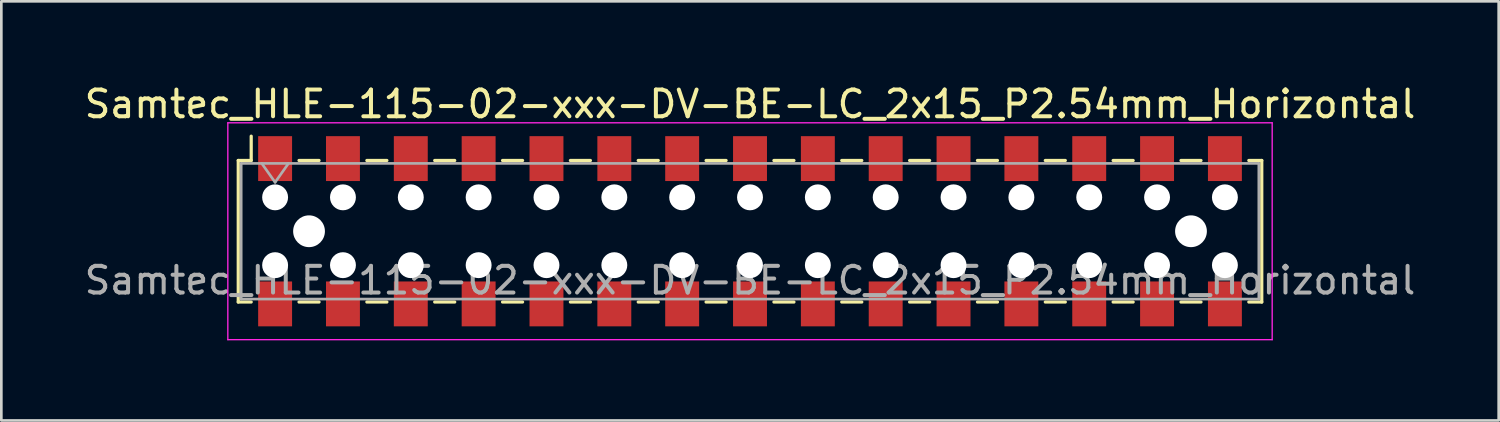
<source format=kicad_pcb>
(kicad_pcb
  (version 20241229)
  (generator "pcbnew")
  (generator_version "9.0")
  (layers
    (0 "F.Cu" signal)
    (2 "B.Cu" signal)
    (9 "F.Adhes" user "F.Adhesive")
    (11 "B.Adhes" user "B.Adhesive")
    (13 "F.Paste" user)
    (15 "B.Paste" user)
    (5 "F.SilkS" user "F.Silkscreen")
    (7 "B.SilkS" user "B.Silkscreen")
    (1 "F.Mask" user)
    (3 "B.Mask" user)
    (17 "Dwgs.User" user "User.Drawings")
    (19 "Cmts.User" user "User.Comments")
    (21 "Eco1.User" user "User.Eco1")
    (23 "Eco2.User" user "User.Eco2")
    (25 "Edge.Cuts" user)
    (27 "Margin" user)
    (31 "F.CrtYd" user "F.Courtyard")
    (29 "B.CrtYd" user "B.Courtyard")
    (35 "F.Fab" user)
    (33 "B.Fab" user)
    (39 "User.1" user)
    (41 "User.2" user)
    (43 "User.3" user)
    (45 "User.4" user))
  (footprint "Samtec_HLE-115-02-xxx-DV-BE-LC_2x15_P2.54mm_Horizontal"
    (layer "F.Cu")
    (at 25.03 5.608)
    (property "Reference" "Samtec_HLE-115-02-xxx-DV-BE-LC_2x15_P2.54mm_Horizontal" (at 0 -4.76 0) (layer "F.SilkS") (effects (font (size 1 1) (thickness 0.15))))
    (attr smd)
    (fp_line (start -19.16 -2.65) (end -19.16 2.65) (stroke (width 0.12) (type solid)) (layer "F.SilkS"))
    (fp_line (start -19.16 2.65) (end -18.675 2.65) (stroke (width 0.12) (type solid)) (layer "F.SilkS"))
    (fp_line (start -18.675 -3.56) (end -18.675 -2.65) (stroke (width 0.12) (type solid)) (layer "F.SilkS"))
    (fp_line (start -18.675 -2.65) (end -19.16 -2.65) (stroke (width 0.12) (type solid)) (layer "F.SilkS"))
    (fp_line (start -16.885 -2.65) (end -16.135 -2.65) (stroke (width 0.12) (type solid)) (layer "F.SilkS"))
    (fp_line (start -16.885 2.65) (end -16.135 2.65) (stroke (width 0.12) (type solid)) (layer "F.SilkS"))
    (fp_line (start -14.345 -2.65) (end -13.595 -2.65) (stroke (width 0.12) (type solid)) (layer "F.SilkS"))
    (fp_line (start -14.345 2.65) (end -13.595 2.65) (stroke (width 0.12) (type solid)) (layer "F.SilkS"))
    (fp_line (start -11.805 -2.65) (end -11.055 -2.65) (stroke (width 0.12) (type solid)) (layer "F.SilkS"))
    (fp_line (start -11.805 2.65) (end -11.055 2.65) (stroke (width 0.12) (type solid)) (layer "F.SilkS"))
    (fp_line (start -9.265 -2.65) (end -8.515 -2.65) (stroke (width 0.12) (type solid)) (layer "F.SilkS"))
    (fp_line (start -9.265 2.65) (end -8.515 2.65) (stroke (width 0.12) (type solid)) (layer "F.SilkS"))
    (fp_line (start -6.725 -2.65) (end -5.975 -2.65) (stroke (width 0.12) (type solid)) (layer "F.SilkS"))
    (fp_line (start -6.725 2.65) (end -5.975 2.65) (stroke (width 0.12) (type solid)) (layer "F.SilkS"))
    (fp_line (start -4.185 -2.65) (end -3.435 -2.65) (stroke (width 0.12) (type solid)) (layer "F.SilkS"))
    (fp_line (start -4.185 2.65) (end -3.435 2.65) (stroke (width 0.12) (type solid)) (layer "F.SilkS"))
    (fp_line (start -1.645 -2.65) (end -0.895 -2.65) (stroke (width 0.12) (type solid)) (layer "F.SilkS"))
    (fp_line (start -1.645 2.65) (end -0.895 2.65) (stroke (width 0.12) (type solid)) (layer "F.SilkS"))
    (fp_line (start 0.895 -2.65) (end 1.645 -2.65) (stroke (width 0.12) (type solid)) (layer "F.SilkS"))
    (fp_line (start 0.895 2.65) (end 1.645 2.65) (stroke (width 0.12) (type solid)) (layer "F.SilkS"))
    (fp_line (start 3.435 -2.65) (end 4.185 -2.65) (stroke (width 0.12) (type solid)) (layer "F.SilkS"))
    (fp_line (start 3.435 2.65) (end 4.185 2.65) (stroke (width 0.12) (type solid)) (layer "F.SilkS"))
    (fp_line (start 5.975 -2.65) (end 6.725 -2.65) (stroke (width 0.12) (type solid)) (layer "F.SilkS"))
    (fp_line (start 5.975 2.65) (end 6.725 2.65) (stroke (width 0.12) (type solid)) (layer "F.SilkS"))
    (fp_line (start 8.515 -2.65) (end 9.265 -2.65) (stroke (width 0.12) (type solid)) (layer "F.SilkS"))
    (fp_line (start 8.515 2.65) (end 9.265 2.65) (stroke (width 0.12) (type solid)) (layer "F.SilkS"))
    (fp_line (start 11.055 -2.65) (end 11.805 -2.65) (stroke (width 0.12) (type solid)) (layer "F.SilkS"))
    (fp_line (start 11.055 2.65) (end 11.805 2.65) (stroke (width 0.12) (type solid)) (layer "F.SilkS"))
    (fp_line (start 13.595 -2.65) (end 14.345 -2.65) (stroke (width 0.12) (type solid)) (layer "F.SilkS"))
    (fp_line (start 13.595 2.65) (end 14.345 2.65) (stroke (width 0.12) (type solid)) (layer "F.SilkS"))
    (fp_line (start 16.135 -2.65) (end 16.885 -2.65) (stroke (width 0.12) (type solid)) (layer "F.SilkS"))
    (fp_line (start 16.135 2.65) (end 16.885 2.65) (stroke (width 0.12) (type solid)) (layer "F.SilkS"))
    (fp_line (start 18.675 -2.65) (end 19.16 -2.65) (stroke (width 0.12) (type solid)) (layer "F.SilkS"))
    (fp_line (start 19.16 -2.65) (end 19.16 2.65) (stroke (width 0.12) (type solid)) (layer "F.SilkS"))
    (fp_line (start 19.16 2.65) (end 18.675 2.65) (stroke (width 0.12) (type solid)) (layer "F.SilkS"))
    (fp_line (start -19.55 -4.06) (end 19.55 -4.06) (stroke (width 0.05) (type solid)) (layer "F.CrtYd"))
    (fp_line (start -19.55 4.06) (end -19.55 -4.06) (stroke (width 0.05) (type solid)) (layer "F.CrtYd"))
    (fp_line (start 19.55 -4.06) (end 19.55 4.06) (stroke (width 0.05) (type solid)) (layer "F.CrtYd"))
    (fp_line (start 19.55 4.06) (end -19.55 4.06) (stroke (width 0.05) (type solid)) (layer "F.CrtYd"))
    (fp_line (start -19.05 -2.54) (end 19.05 -2.54) (stroke (width 0.1) (type solid)) (layer "F.Fab"))
    (fp_line (start -19.05 2.54) (end -19.05 -2.54) (stroke (width 0.1) (type solid)) (layer "F.Fab"))
    (fp_line (start -18.28 -2.54) (end -17.78 -1.833) (stroke (width 0.1) (type solid)) (layer "F.Fab"))
    (fp_line (start -17.78 -1.833) (end -17.28 -2.54) (stroke (width 0.1) (type solid)) (layer "F.Fab"))
    (fp_line (start 19.05 -2.54) (end 19.05 2.54) (stroke (width 0.1) (type solid)) (layer "F.Fab"))
    (fp_line (start 19.05 2.54) (end -19.05 2.54) (stroke (width 0.1) (type solid)) (layer "F.Fab"))
    (fp_text user "${REFERENCE}" (at 0 1.84 0) (layer "F.Fab") (effects (font (size 1 1) (thickness 0.15))))
    (pad "" np_thru_hole circle (at -17.78 -1.27) (size 0.97 0.97) (drill 0.97) (layers "*.Cu" "*.Mask"))
    (pad "" np_thru_hole circle (at -17.78 1.27) (size 0.97 0.97) (drill 0.97) (layers "*.Cu" "*.Mask"))
    (pad "" np_thru_hole circle (at -16.51 0) (size 1.19 1.19) (drill 1.19) (layers "*.Cu" "*.Mask"))
    (pad "" np_thru_hole circle (at -15.24 -1.27) (size 0.97 0.97) (drill 0.97) (layers "*.Cu" "*.Mask"))
    (pad "" np_thru_hole circle (at -15.24 1.27) (size 0.97 0.97) (drill 0.97) (layers "*.Cu" "*.Mask"))
    (pad "" np_thru_hole circle (at -12.7 -1.27) (size 0.97 0.97) (drill 0.97) (layers "*.Cu" "*.Mask"))
    (pad "" np_thru_hole circle (at -12.7 1.27) (size 0.97 0.97) (drill 0.97) (layers "*.Cu" "*.Mask"))
    (pad "" np_thru_hole circle (at -10.16 -1.27) (size 0.97 0.97) (drill 0.97) (layers "*.Cu" "*.Mask"))
    (pad "" np_thru_hole circle (at -10.16 1.27) (size 0.97 0.97) (drill 0.97) (layers "*.Cu" "*.Mask"))
    (pad "" np_thru_hole circle (at -7.62 -1.27) (size 0.97 0.97) (drill 0.97) (layers "*.Cu" "*.Mask"))
    (pad "" np_thru_hole circle (at -7.62 1.27) (size 0.97 0.97) (drill 0.97) (layers "*.Cu" "*.Mask"))
    (pad "" np_thru_hole circle (at -5.08 -1.27) (size 0.97 0.97) (drill 0.97) (layers "*.Cu" "*.Mask"))
    (pad "" np_thru_hole circle (at -5.08 1.27) (size 0.97 0.97) (drill 0.97) (layers "*.Cu" "*.Mask"))
    (pad "" np_thru_hole circle (at -2.54 -1.27) (size 0.97 0.97) (drill 0.97) (layers "*.Cu" "*.Mask"))
    (pad "" np_thru_hole circle (at -2.54 1.27) (size 0.97 0.97) (drill 0.97) (layers "*.Cu" "*.Mask"))
    (pad "" np_thru_hole circle (at 0 -1.27) (size 0.97 0.97) (drill 0.97) (layers "*.Cu" "*.Mask"))
    (pad "" np_thru_hole circle (at 0 1.27) (size 0.97 0.97) (drill 0.97) (layers "*.Cu" "*.Mask"))
    (pad "" np_thru_hole circle (at 2.54 -1.27) (size 0.97 0.97) (drill 0.97) (layers "*.Cu" "*.Mask"))
    (pad "" np_thru_hole circle (at 2.54 1.27) (size 0.97 0.97) (drill 0.97) (layers "*.Cu" "*.Mask"))
    (pad "" np_thru_hole circle (at 5.08 -1.27) (size 0.97 0.97) (drill 0.97) (layers "*.Cu" "*.Mask"))
    (pad "" np_thru_hole circle (at 5.08 1.27) (size 0.97 0.97) (drill 0.97) (layers "*.Cu" "*.Mask"))
    (pad "" np_thru_hole circle (at 7.62 -1.27) (size 0.97 0.97) (drill 0.97) (layers "*.Cu" "*.Mask"))
    (pad "" np_thru_hole circle (at 7.62 1.27) (size 0.97 0.97) (drill 0.97) (layers "*.Cu" "*.Mask"))
    (pad "" np_thru_hole circle (at 10.16 -1.27) (size 0.97 0.97) (drill 0.97) (layers "*.Cu" "*.Mask"))
    (pad "" np_thru_hole circle (at 10.16 1.27) (size 0.97 0.97) (drill 0.97) (layers "*.Cu" "*.Mask"))
    (pad "" np_thru_hole circle (at 12.7 -1.27) (size 0.97 0.97) (drill 0.97) (layers "*.Cu" "*.Mask"))
    (pad "" np_thru_hole circle (at 12.7 1.27) (size 0.97 0.97) (drill 0.97) (layers "*.Cu" "*.Mask"))
    (pad "" np_thru_hole circle (at 15.24 -1.27) (size 0.97 0.97) (drill 0.97) (layers "*.Cu" "*.Mask"))
    (pad "" np_thru_hole circle (at 15.24 1.27) (size 0.97 0.97) (drill 0.97) (layers "*.Cu" "*.Mask"))
    (pad "" np_thru_hole circle (at 16.51 0) (size 1.19 1.19) (drill 1.19) (layers "*.Cu" "*.Mask"))
    (pad "" np_thru_hole circle (at 17.78 -1.27) (size 0.97 0.97) (drill 0.97) (layers "*.Cu" "*.Mask"))
    (pad "" np_thru_hole circle (at 17.78 1.27) (size 0.97 0.97) (drill 0.97) (layers "*.Cu" "*.Mask"))
    (pad "1" smd rect (at -17.78 -2.72) (size 1.27 1.68) (layers "F.Cu" "F.Mask" "F.Paste"))
    (pad "2" smd rect (at -17.78 2.72) (size 1.27 1.68) (layers "F.Cu" "F.Mask" "F.Paste"))
    (pad "3" smd rect (at -15.24 -2.72) (size 1.27 1.68) (layers "F.Cu" "F.Mask" "F.Paste"))
    (pad "4" smd rect (at -15.24 2.72) (size 1.27 1.68) (layers "F.Cu" "F.Mask" "F.Paste"))
    (pad "5" smd rect (at -12.7 -2.72) (size 1.27 1.68) (layers "F.Cu" "F.Mask" "F.Paste"))
    (pad "6" smd rect (at -12.7 2.72) (size 1.27 1.68) (layers "F.Cu" "F.Mask" "F.Paste"))
    (pad "7" smd rect (at -10.16 -2.72) (size 1.27 1.68) (layers "F.Cu" "F.Mask" "F.Paste"))
    (pad "8" smd rect (at -10.16 2.72) (size 1.27 1.68) (layers "F.Cu" "F.Mask" "F.Paste"))
    (pad "9" smd rect (at -7.62 -2.72) (size 1.27 1.68) (layers "F.Cu" "F.Mask" "F.Paste"))
    (pad "10" smd rect (at -7.62 2.72) (size 1.27 1.68) (layers "F.Cu" "F.Mask" "F.Paste"))
    (pad "11" smd rect (at -5.08 -2.72) (size 1.27 1.68) (layers "F.Cu" "F.Mask" "F.Paste"))
    (pad "12" smd rect (at -5.08 2.72) (size 1.27 1.68) (layers "F.Cu" "F.Mask" "F.Paste"))
    (pad "13" smd rect (at -2.54 -2.72) (size 1.27 1.68) (layers "F.Cu" "F.Mask" "F.Paste"))
    (pad "14" smd rect (at -2.54 2.72) (size 1.27 1.68) (layers "F.Cu" "F.Mask" "F.Paste"))
    (pad "15" smd rect (at 0 -2.72) (size 1.27 1.68) (layers "F.Cu" "F.Mask" "F.Paste"))
    (pad "16" smd rect (at 0 2.72) (size 1.27 1.68) (layers "F.Cu" "F.Mask" "F.Paste"))
    (pad "17" smd rect (at 2.54 -2.72) (size 1.27 1.68) (layers "F.Cu" "F.Mask" "F.Paste"))
    (pad "18" smd rect (at 2.54 2.72) (size 1.27 1.68) (layers "F.Cu" "F.Mask" "F.Paste"))
    (pad "19" smd rect (at 5.08 -2.72) (size 1.27 1.68) (layers "F.Cu" "F.Mask" "F.Paste"))
    (pad "20" smd rect (at 5.08 2.72) (size 1.27 1.68) (layers "F.Cu" "F.Mask" "F.Paste"))
    (pad "21" smd rect (at 7.62 -2.72) (size 1.27 1.68) (layers "F.Cu" "F.Mask" "F.Paste"))
    (pad "22" smd rect (at 7.62 2.72) (size 1.27 1.68) (layers "F.Cu" "F.Mask" "F.Paste"))
    (pad "23" smd rect (at 10.16 -2.72) (size 1.27 1.68) (layers "F.Cu" "F.Mask" "F.Paste"))
    (pad "24" smd rect (at 10.16 2.72) (size 1.27 1.68) (layers "F.Cu" "F.Mask" "F.Paste"))
    (pad "25" smd rect (at 12.7 -2.72) (size 1.27 1.68) (layers "F.Cu" "F.Mask" "F.Paste"))
    (pad "26" smd rect (at 12.7 2.72) (size 1.27 1.68) (layers "F.Cu" "F.Mask" "F.Paste"))
    (pad "27" smd rect (at 15.24 -2.72) (size 1.27 1.68) (layers "F.Cu" "F.Mask" "F.Paste"))
    (pad "28" smd rect (at 15.24 2.72) (size 1.27 1.68) (layers "F.Cu" "F.Mask" "F.Paste"))
    (pad "29" smd rect (at 17.78 -2.72) (size 1.27 1.68) (layers "F.Cu" "F.Mask" "F.Paste"))
    (pad "30" smd rect (at 17.78 2.72) (size 1.27 1.68) (layers "F.Cu" "F.Mask" "F.Paste")))
  (gr_rect
    (start -3 -3)
    (end 53.06 12.693)
    (stroke (width 0.1) (type default))
    (fill no)
    (layer "Edge.Cuts")))
</source>
